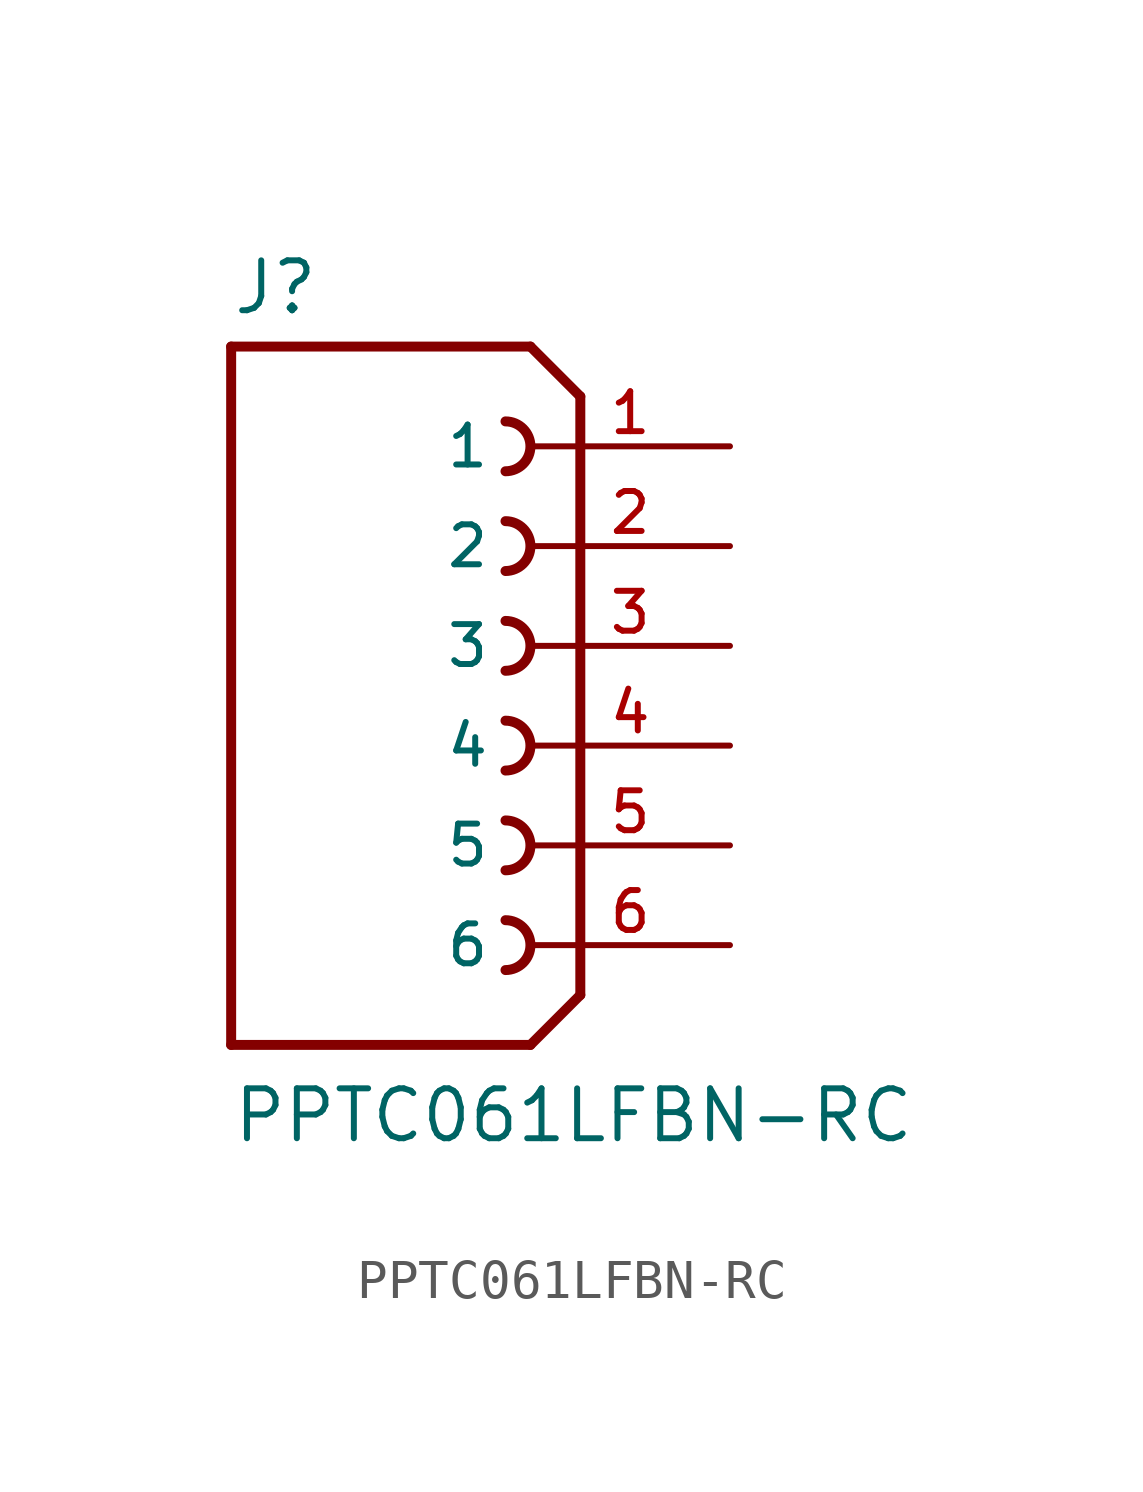
<source format=kicad_sym>
(kicad_symbol_lib
  (version 20211014)
  (generator kicad_symbol_editor)
  (symbol "PPTC061LFBN-RC"
    (pin_names
      (offset 1.016))
    (property "Reference" "J"
      (at -5.08 10.922 0)
      (effects (font (size 1.27 1.27)) (justify bottom left)))
    (property "Value" "PPTC061LFBN-RC"
      (at -5.08 -10.16 0)
      (effects (font (size 1.27 1.27)) (justify bottom left)))
    (symbol "PPTC061LFBN-RC_0_0"
      (polyline (pts (xy 3.81 8.89) (xy 2.54 10.16)) (stroke (width 0.254)))
      (polyline (pts (xy 3.81 8.89) (xy 3.81 -6.35)) (stroke (width 0.254)))
      (polyline (pts (xy 3.81 -6.35) (xy 2.54 -7.62)) (stroke (width 0.254)))
      (polyline (pts (xy 2.54 -7.62) (xy -5.08 -7.62)) (stroke (width 0.254)))
      (polyline (pts (xy -5.08 -7.62) (xy -5.08 10.16)) (stroke (width 0.254)))
      (polyline (pts (xy -5.08 10.16) (xy 2.54 10.16)) (stroke (width 0.254)))
      (arc (start 1.905 6.985) (mid 2.54 7.62) (end 1.905 8.255) (stroke (width 0.254) (type default) (color 0 0 0 0)) (fill (type none)))
      (arc (start 1.905 4.445) (mid 2.54 5.08) (end 1.905 5.715) (stroke (width 0.254) (type default) (color 0 0 0 0)) (fill (type none)))
      (arc (start 1.905 1.905) (mid 2.54 2.54) (end 1.905 3.175) (stroke (width 0.254) (type default) (color 0 0 0 0)) (fill (type none)))
      (arc (start 1.905 -0.635) (mid 2.54 0.0) (end 1.905 0.635) (stroke (width 0.254) (type default) (color 0 0 0 0)) (fill (type none)))
      (arc (start 1.905 -3.175) (mid 2.54 -2.54) (end 1.905 -1.905) (stroke (width 0.254) (type default) (color 0 0 0 0)) (fill (type none)))
      (arc (start 1.905 -5.715) (mid 2.54 -5.08) (end 1.905 -4.445) (stroke (width 0.254) (type default) (color 0 0 0 0)) (fill (type none)))
      (pin passive line (at 7.62 7.62 180.0) (length 5.08) (name "1" (effects (font (size 1.016 1.016)))) (number "1" (effects (font (size 1.016 1.016)))))
      (pin passive line (at 7.62 5.08 180.0) (length 5.08) (name "2" (effects (font (size 1.016 1.016)))) (number "2" (effects (font (size 1.016 1.016)))))
      (pin passive line (at 7.62 2.54 180.0) (length 5.08) (name "3" (effects (font (size 1.016 1.016)))) (number "3" (effects (font (size 1.016 1.016)))))
      (pin passive line (at 7.62 0.0 180.0) (length 5.08) (name "4" (effects (font (size 1.016 1.016)))) (number "4" (effects (font (size 1.016 1.016)))))
      (pin passive line (at 7.62 -2.54 180.0) (length 5.08) (name "5" (effects (font (size 1.016 1.016)))) (number "5" (effects (font (size 1.016 1.016)))))
      (pin passive line (at 7.62 -5.08 180.0) (length 5.08) (name "6" (effects (font (size 1.016 1.016)))) (number "6" (effects (font (size 1.016 1.016))))))))
</source>
